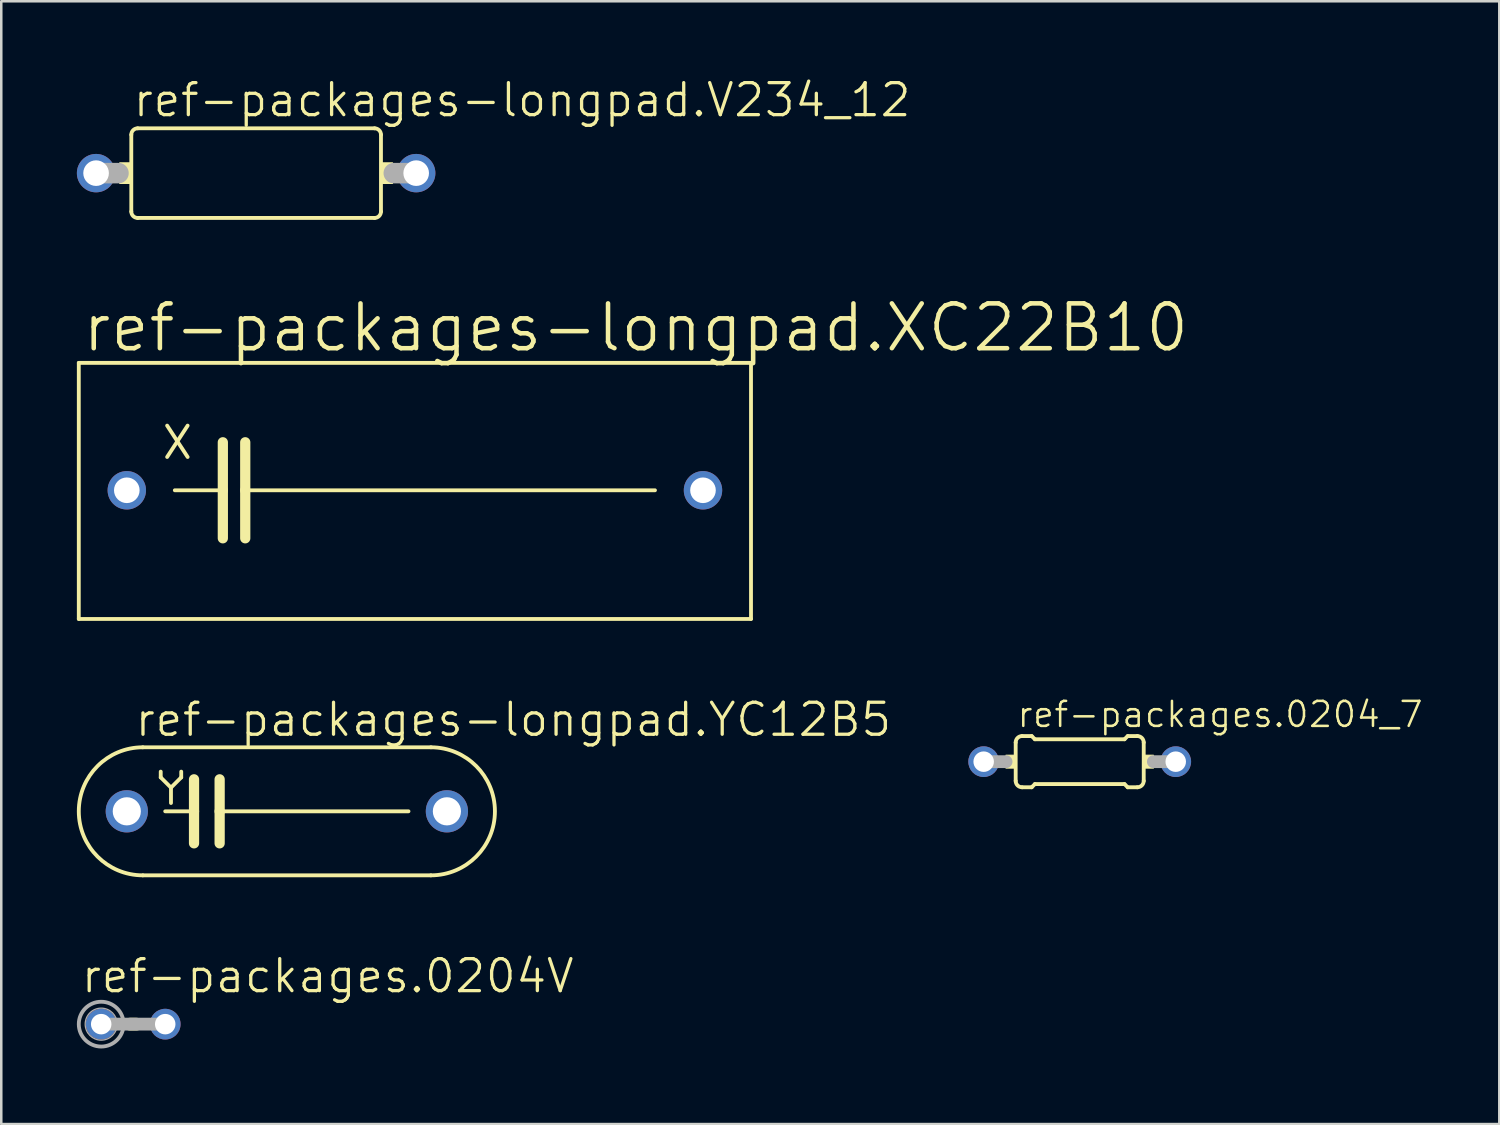
<source format=kicad_pcb>
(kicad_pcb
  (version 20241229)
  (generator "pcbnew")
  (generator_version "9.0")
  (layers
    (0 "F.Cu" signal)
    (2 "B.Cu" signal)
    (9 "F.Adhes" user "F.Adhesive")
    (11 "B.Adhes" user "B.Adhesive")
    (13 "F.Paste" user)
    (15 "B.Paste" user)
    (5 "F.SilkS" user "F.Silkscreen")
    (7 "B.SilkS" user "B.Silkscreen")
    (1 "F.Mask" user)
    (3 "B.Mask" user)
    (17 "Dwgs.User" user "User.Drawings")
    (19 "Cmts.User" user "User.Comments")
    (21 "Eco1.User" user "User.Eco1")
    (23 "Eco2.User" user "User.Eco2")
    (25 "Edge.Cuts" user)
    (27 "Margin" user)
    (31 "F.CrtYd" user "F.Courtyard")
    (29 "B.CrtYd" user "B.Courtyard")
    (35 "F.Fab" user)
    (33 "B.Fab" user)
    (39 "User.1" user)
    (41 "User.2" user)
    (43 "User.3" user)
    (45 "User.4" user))
  (footprint "ref-packages-longpad.YC12B5"
    (layer "F.Cu")
    (at 8.331 29.139)
    (property "Reference" "ref-packages-longpad.YC12B5" (at -6.096 -2.896 0) (layer "F.SilkS") (effects (font (size 1.27 1.27) (thickness 0.13)) (justify left bottom)))
    (attr through_hole)
    (fp_line (start -5.715 -2.54) (end 5.715 -2.54) (stroke (width 0.152) (type default)) (layer "F.SilkS"))
    (fp_line (start -5.715 2.54) (end 5.715 2.54) (stroke (width 0.152) (type default)) (layer "F.SilkS"))
    (fp_line (start -5.004 -1.575) (end -5.004 -1.346) (stroke (width 0.152) (type default)) (layer "F.SilkS"))
    (fp_line (start -5.004 -1.346) (end -4.597 -0.94) (stroke (width 0.152) (type default)) (layer "F.SilkS"))
    (fp_line (start -4.826 0) (end -3.683 0) (stroke (width 0.152) (type default)) (layer "F.SilkS"))
    (fp_line (start -4.597 -0.94) (end -4.597 -0.33) (stroke (width 0.152) (type default)) (layer "F.SilkS"))
    (fp_line (start -4.597 -0.94) (end -4.191 -1.346) (stroke (width 0.152) (type default)) (layer "F.SilkS"))
    (fp_line (start -4.191 -1.346) (end -4.191 -1.575) (stroke (width 0.152) (type default)) (layer "F.SilkS"))
    (fp_line (start -3.683 -1.27) (end -3.683 0) (stroke (width 0.406) (type default)) (layer "F.SilkS"))
    (fp_line (start -3.683 0) (end -3.683 1.27) (stroke (width 0.406) (type default)) (layer "F.SilkS"))
    (fp_line (start -2.667 -1.27) (end -2.667 0) (stroke (width 0.406) (type default)) (layer "F.SilkS"))
    (fp_line (start -2.667 0) (end -2.667 1.27) (stroke (width 0.406) (type default)) (layer "F.SilkS"))
    (fp_line (start 4.826 0) (end -2.667 0) (stroke (width 0.152) (type default)) (layer "F.SilkS"))
    (fp_arc (start -5.715 2.54) (mid -8.255 0) (end -5.715 -2.54) (stroke (width 0.1524) (type default)) (layer "F.SilkS"))
    (fp_arc (start 5.715 -2.54) (mid 8.255 0) (end 5.715 2.54) (stroke (width 0.1524) (type default)) (layer "F.SilkS"))
    (pad "1" thru_hole circle (at -6.35 0) (size 1.676 1.676) (drill 1.118) (layers "*.Cu" "*.Mask"))
    (pad "2" thru_hole circle (at 6.35 0) (size 1.676 1.676) (drill 1.118) (layers "*.Cu" "*.Mask")))
  (footprint "ref-packages.0204V"
    (layer "F.Cu")
    (at 2.235 37.583)
    (property "Reference" "ref-packages.0204V" (at -2.134 -1.168 0) (layer "F.SilkS") (effects (font (size 1.27 1.27) (thickness 0.13)) (justify left bottom)))
    (attr through_hole)
    (fp_line (start -0.127 0) (end 0.127 0) (stroke (width 0.508) (type default)) (layer "F.SilkS"))
    (fp_line (start -1.27 0) (end 1.27 0) (stroke (width 0.508) (type default)) (layer "F.Fab"))
    (fp_circle (center -1.27 0) (end -0.635 0) (stroke (width 0.051) (type default)) (fill no) (layer "F.Fab"))
    (fp_circle (center -1.27 0) (end -0.381 0) (stroke (width 0.152) (type default)) (fill no) (layer "F.Fab"))
    (pad "1" thru_hole circle (at -1.27 0) (size 1.219 1.219) (drill 0.813) (layers "*.Cu" "*.Mask"))
    (pad "2" thru_hole circle (at 1.27 0) (size 1.219 1.219) (drill 0.813) (layers "*.Cu" "*.Mask")))
  (footprint "ref-packages-longpad.V234_12"
    (layer "F.Cu")
    (at 7.112 3.819)
    (property "Reference" "ref-packages-longpad.V234_12" (at -4.953 -2.159 0) (layer "F.SilkS") (effects (font (size 1.27 1.27) (thickness 0.13)) (justify left bottom)))
    (attr through_hole)
    (fp_line (start -4.953 -1.524) (end -4.953 1.524) (stroke (width 0.152) (type default)) (layer "F.SilkS"))
    (fp_line (start -4.699 -1.778) (end 4.699 -1.778) (stroke (width 0.152) (type default)) (layer "F.SilkS"))
    (fp_line (start 4.699 1.778) (end -4.699 1.778) (stroke (width 0.152) (type default)) (layer "F.SilkS"))
    (fp_line (start 4.953 -1.524) (end 4.953 1.524) (stroke (width 0.152) (type default)) (layer "F.SilkS"))
    (fp_rect (start -5.41 0.406) (end -4.953 -0.406) (stroke (width 0.05) (type default)) (fill yes) (layer "F.SilkS"))
    (fp_rect (start 4.953 0.406) (end 5.41 -0.406) (stroke (width 0.05) (type default)) (fill yes) (layer "F.SilkS"))
    (fp_arc (start -4.953 -1.524) (mid -4.878605 -1.703605) (end -4.699 -1.778) (stroke (width 0.1524) (type default)) (layer "F.SilkS"))
    (fp_arc (start -4.699 1.778) (mid -4.878605 1.703605) (end -4.953 1.524) (stroke (width 0.1524) (type default)) (layer "F.SilkS"))
    (fp_arc (start 4.699 -1.778) (mid 4.878605 -1.703605) (end 4.953 -1.524) (stroke (width 0.1524) (type default)) (layer "F.SilkS"))
    (fp_arc (start 4.953 1.524) (mid 4.878605 1.703605) (end 4.699 1.778) (stroke (width 0.1524) (type default)) (layer "F.SilkS"))
    (fp_line (start -6.35 0) (end -5.461 0) (stroke (width 0.813) (type default)) (layer "F.Fab"))
    (fp_line (start 6.35 0) (end 5.461 0) (stroke (width 0.813) (type default)) (layer "F.Fab"))
    (pad "1" thru_hole circle (at -6.35 0) (size 1.524 1.524) (drill 1.016) (layers "*.Cu" "*.Mask"))
    (pad "2" thru_hole circle (at 6.35 0) (size 1.524 1.524) (drill 1.016) (layers "*.Cu" "*.Mask")))
  (footprint "ref-packages.0204_7"
    (layer "F.Cu")
    (at 39.787 27.169)
    (property "Reference" "ref-packages.0204_7" (at -2.54 -1.295 0) (layer "F.SilkS") (effects (font (size 0.991 0.991) (thickness 0.1)) (justify left bottom)))
    (attr through_hole)
    (fp_line (start -2.54 0.762) (end -2.54 -0.762) (stroke (width 0.152) (type default)) (layer "F.SilkS"))
    (fp_line (start -2.286 -1.016) (end -1.905 -1.016) (stroke (width 0.152) (type default)) (layer "F.SilkS"))
    (fp_line (start -2.286 1.016) (end -1.905 1.016) (stroke (width 0.152) (type default)) (layer "F.SilkS"))
    (fp_line (start -1.778 -0.889) (end -1.905 -1.016) (stroke (width 0.152) (type default)) (layer "F.SilkS"))
    (fp_line (start -1.778 0.889) (end -1.905 1.016) (stroke (width 0.152) (type default)) (layer "F.SilkS"))
    (fp_line (start 1.778 -0.889) (end -1.778 -0.889) (stroke (width 0.152) (type default)) (layer "F.SilkS"))
    (fp_line (start 1.778 -0.889) (end 1.905 -1.016) (stroke (width 0.152) (type default)) (layer "F.SilkS"))
    (fp_line (start 1.778 0.889) (end -1.778 0.889) (stroke (width 0.152) (type default)) (layer "F.SilkS"))
    (fp_line (start 1.778 0.889) (end 1.905 1.016) (stroke (width 0.152) (type default)) (layer "F.SilkS"))
    (fp_line (start 2.286 -1.016) (end 1.905 -1.016) (stroke (width 0.152) (type default)) (layer "F.SilkS"))
    (fp_line (start 2.286 1.016) (end 1.905 1.016) (stroke (width 0.152) (type default)) (layer "F.SilkS"))
    (fp_line (start 2.54 0.762) (end 2.54 -0.762) (stroke (width 0.152) (type default)) (layer "F.SilkS"))
    (fp_rect (start -2.921 0.254) (end -2.54 -0.254) (stroke (width 0.05) (type default)) (fill yes) (layer "F.SilkS"))
    (fp_rect (start 2.54 0.254) (end 2.921 -0.254) (stroke (width 0.05) (type default)) (fill yes) (layer "F.SilkS"))
    (fp_arc (start -2.54 -0.762) (mid -2.465605 -0.941605) (end -2.286 -1.016) (stroke (width 0.1524) (type default)) (layer "F.SilkS"))
    (fp_arc (start -2.286 1.016) (mid -2.465605 0.941605) (end -2.54 0.762) (stroke (width 0.1524) (type default)) (layer "F.SilkS"))
    (fp_arc (start 2.286 -1.016) (mid 2.465605 -0.941605) (end 2.54 -0.762) (stroke (width 0.1524) (type default)) (layer "F.SilkS"))
    (fp_arc (start 2.54 0.762) (mid 2.465605 0.941605) (end 2.286 1.016) (stroke (width 0.1524) (type default)) (layer "F.SilkS"))
    (fp_line (start -3.81 0) (end -2.921 0) (stroke (width 0.508) (type default)) (layer "F.Fab"))
    (fp_line (start 3.81 0) (end 2.921 0) (stroke (width 0.508) (type default)) (layer "F.Fab"))
    (pad "1" thru_hole circle (at -3.81 0) (size 1.219 1.219) (drill 0.813) (layers "*.Cu" "*.Mask"))
    (pad "2" thru_hole circle (at 3.81 0) (size 1.219 1.219) (drill 0.813) (layers "*.Cu" "*.Mask")))
  (footprint "ref-packages-longpad.XC22B10"
    (layer "F.Cu")
    (at 13.411 16.427)
    (property "Reference" "ref-packages-longpad.XC22B10" (at -13.284 -5.436 0) (layer "F.SilkS") (effects (font (size 1.778 1.778) (thickness 0.18)) (justify left bottom)))
    (attr through_hole)
    (fp_line (start -13.335 5.08) (end -13.335 -5.08) (stroke (width 0.152) (type default)) (layer "F.SilkS"))
    (fp_line (start -13.335 5.08) (end 13.335 5.08) (stroke (width 0.152) (type default)) (layer "F.SilkS"))
    (fp_line (start -9.83 -2.591) (end -9.017 -1.346) (stroke (width 0.152) (type default)) (layer "F.SilkS"))
    (fp_line (start -9.83 -1.346) (end -9.017 -2.591) (stroke (width 0.152) (type default)) (layer "F.SilkS"))
    (fp_line (start -9.525 -0.025) (end -7.62 -0.025) (stroke (width 0.152) (type default)) (layer "F.SilkS"))
    (fp_line (start -7.62 -1.93) (end -7.62 -0.025) (stroke (width 0.406) (type default)) (layer "F.SilkS"))
    (fp_line (start -7.62 -0.025) (end -7.62 1.88) (stroke (width 0.406) (type default)) (layer "F.SilkS"))
    (fp_line (start -6.731 -1.93) (end -6.731 -0.025) (stroke (width 0.406) (type default)) (layer "F.SilkS"))
    (fp_line (start -6.731 -0.025) (end -6.731 1.88) (stroke (width 0.406) (type default)) (layer "F.SilkS"))
    (fp_line (start -6.731 -0.025) (end 9.525 -0.025) (stroke (width 0.152) (type default)) (layer "F.SilkS"))
    (fp_line (start 13.335 -5.08) (end -13.335 -5.08) (stroke (width 0.152) (type default)) (layer "F.SilkS"))
    (fp_line (start 13.335 -5.08) (end 13.335 5.08) (stroke (width 0.152) (type default)) (layer "F.SilkS"))
    (pad "1" thru_hole circle (at -11.43 -0.025) (size 1.524 1.524) (drill 1.016) (layers "*.Cu" "*.Mask"))
    (pad "2" thru_hole circle (at 11.43 -0.025) (size 1.524 1.524) (drill 1.016) (layers "*.Cu" "*.Mask")))
  (gr_rect
    (start -3 -3)
    (end 56.434 41.548)
    (stroke (width 0.1) (type default))
    (fill no)
    (layer "Edge.Cuts")))
</source>
